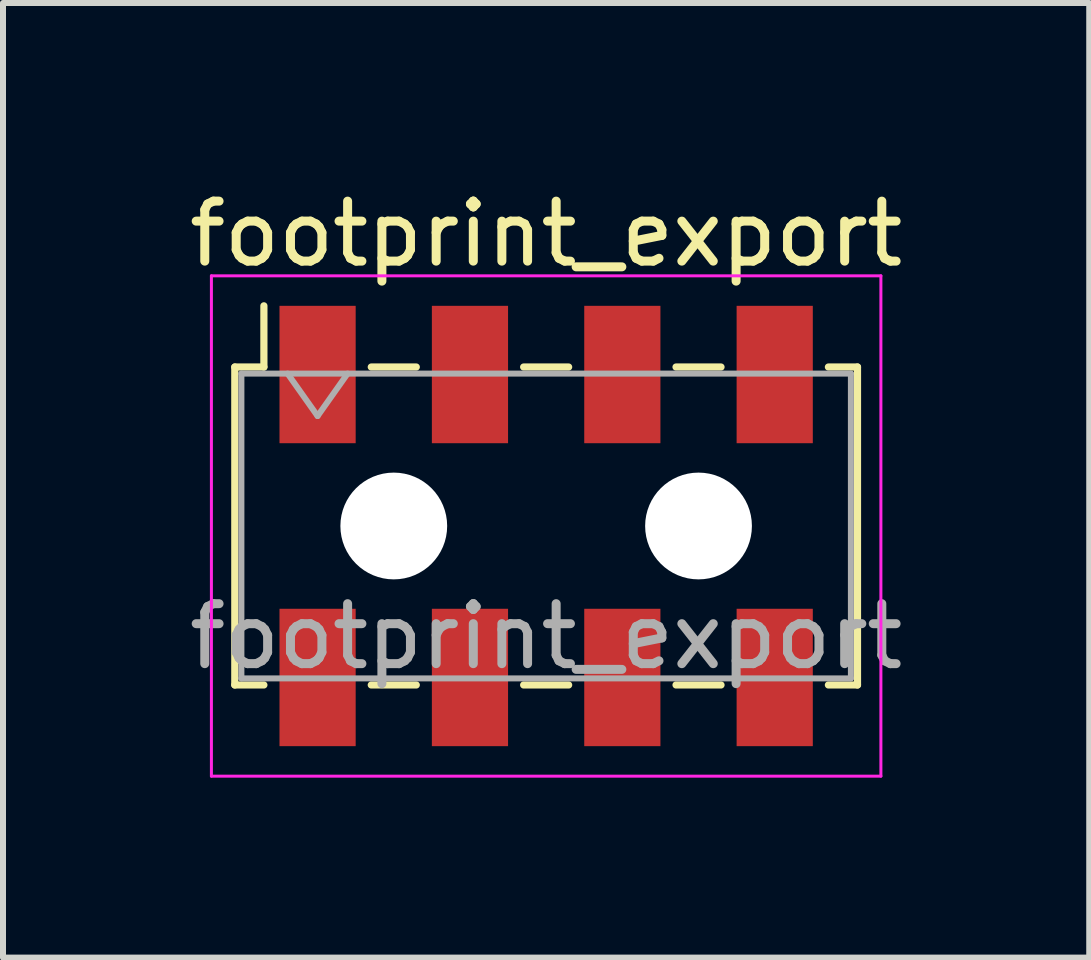
<source format=kicad_pcb>
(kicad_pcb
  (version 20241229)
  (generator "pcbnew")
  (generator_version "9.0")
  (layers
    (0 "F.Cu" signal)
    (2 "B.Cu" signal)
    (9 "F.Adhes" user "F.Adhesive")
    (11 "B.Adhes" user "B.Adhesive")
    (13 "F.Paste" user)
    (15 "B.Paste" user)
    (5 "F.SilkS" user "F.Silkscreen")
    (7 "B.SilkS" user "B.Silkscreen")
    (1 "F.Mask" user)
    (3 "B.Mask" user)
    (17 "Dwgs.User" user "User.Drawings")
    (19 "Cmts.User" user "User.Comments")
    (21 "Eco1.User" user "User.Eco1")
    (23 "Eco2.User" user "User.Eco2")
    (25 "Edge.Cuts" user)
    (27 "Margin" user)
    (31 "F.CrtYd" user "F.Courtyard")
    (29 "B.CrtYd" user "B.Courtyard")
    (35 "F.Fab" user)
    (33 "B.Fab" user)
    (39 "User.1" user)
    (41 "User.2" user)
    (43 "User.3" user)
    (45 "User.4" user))
  (footprint "footprint_export"
    (layer "F.Cu")
    (at 6.054 5.718)
    (property "Reference" "footprint_export" (at 0 -4.87 0) (layer "F.SilkS") (effects (font (size 1 1) (thickness 0.15))))
    (attr smd)
    (fp_line (start -5.19 -2.65) (end -5.19 2.65) (stroke (width 0.12) (type solid)) (layer "F.SilkS"))
    (fp_line (start -5.19 2.65) (end -4.705 2.65) (stroke (width 0.12) (type solid)) (layer "F.SilkS"))
    (fp_line (start -4.705 -3.67) (end -4.705 -2.65) (stroke (width 0.12) (type solid)) (layer "F.SilkS"))
    (fp_line (start -4.705 -2.65) (end -5.19 -2.65) (stroke (width 0.12) (type solid)) (layer "F.SilkS"))
    (fp_line (start -2.915 -2.65) (end -2.165 -2.65) (stroke (width 0.12) (type solid)) (layer "F.SilkS"))
    (fp_line (start -2.915 2.65) (end -2.165 2.65) (stroke (width 0.12) (type solid)) (layer "F.SilkS"))
    (fp_line (start -0.375 -2.65) (end 0.375 -2.65) (stroke (width 0.12) (type solid)) (layer "F.SilkS"))
    (fp_line (start -0.375 2.65) (end 0.375 2.65) (stroke (width 0.12) (type solid)) (layer "F.SilkS"))
    (fp_line (start 2.165 -2.65) (end 2.915 -2.65) (stroke (width 0.12) (type solid)) (layer "F.SilkS"))
    (fp_line (start 2.165 2.65) (end 2.915 2.65) (stroke (width 0.12) (type solid)) (layer "F.SilkS"))
    (fp_line (start 4.705 -2.65) (end 5.19 -2.65) (stroke (width 0.12) (type solid)) (layer "F.SilkS"))
    (fp_line (start 5.19 -2.65) (end 5.19 2.65) (stroke (width 0.12) (type solid)) (layer "F.SilkS"))
    (fp_line (start 5.19 2.65) (end 4.705 2.65) (stroke (width 0.12) (type solid)) (layer "F.SilkS"))
    (fp_line (start -5.58 -4.17) (end 5.58 -4.17) (stroke (width 0.05) (type solid)) (layer "F.CrtYd"))
    (fp_line (start -5.58 4.17) (end -5.58 -4.17) (stroke (width 0.05) (type solid)) (layer "F.CrtYd"))
    (fp_line (start 5.58 -4.17) (end 5.58 4.17) (stroke (width 0.05) (type solid)) (layer "F.CrtYd"))
    (fp_line (start 5.58 4.17) (end -5.58 4.17) (stroke (width 0.05) (type solid)) (layer "F.CrtYd"))
    (fp_line (start -5.08 -2.54) (end 5.08 -2.54) (stroke (width 0.1) (type solid)) (layer "F.Fab"))
    (fp_line (start -5.08 2.54) (end -5.08 -2.54) (stroke (width 0.1) (type solid)) (layer "F.Fab"))
    (fp_line (start -4.31 -2.54) (end -3.81 -1.833) (stroke (width 0.1) (type solid)) (layer "F.Fab"))
    (fp_line (start -3.81 -1.833) (end -3.31 -2.54) (stroke (width 0.1) (type solid)) (layer "F.Fab"))
    (fp_line (start 5.08 -2.54) (end 5.08 2.54) (stroke (width 0.1) (type solid)) (layer "F.Fab"))
    (fp_line (start 5.08 2.54) (end -5.08 2.54) (stroke (width 0.1) (type solid)) (layer "F.Fab"))
    (fp_text user "${REFERENCE}" (at 0 1.84 0) (layer "F.Fab") (effects (font (size 1 1) (thickness 0.15))))
    (pad "" np_thru_hole circle (at -2.54 0) (size 1.78 1.78) (drill 1.78) (layers "*.Cu" "*.Mask"))
    (pad "" np_thru_hole circle (at 2.54 0) (size 1.78 1.78) (drill 1.78) (layers "*.Cu" "*.Mask"))
    (pad "1" smd rect (at -3.81 -2.525) (size 1.27 2.29) (layers "F.Cu" "F.Mask" "F.Paste"))
    (pad "2" smd rect (at -3.81 2.525) (size 1.27 2.29) (layers "F.Cu" "F.Mask" "F.Paste"))
    (pad "3" smd rect (at -1.27 -2.525) (size 1.27 2.29) (layers "F.Cu" "F.Mask" "F.Paste"))
    (pad "4" smd rect (at -1.27 2.525) (size 1.27 2.29) (layers "F.Cu" "F.Mask" "F.Paste"))
    (pad "5" smd rect (at 1.27 -2.525) (size 1.27 2.29) (layers "F.Cu" "F.Mask" "F.Paste"))
    (pad "6" smd rect (at 1.27 2.525) (size 1.27 2.29) (layers "F.Cu" "F.Mask" "F.Paste"))
    (pad "7" smd rect (at 3.81 -2.525) (size 1.27 2.29) (layers "F.Cu" "F.Mask" "F.Paste"))
    (pad "8" smd rect (at 3.81 2.525) (size 1.27 2.29) (layers "F.Cu" "F.Mask" "F.Paste")))
  (gr_rect
    (start -3 -3)
    (end 15.107 12.913)
    (stroke (width 0.1) (type default))
    (fill no)
    (layer "Edge.Cuts")))
</source>
